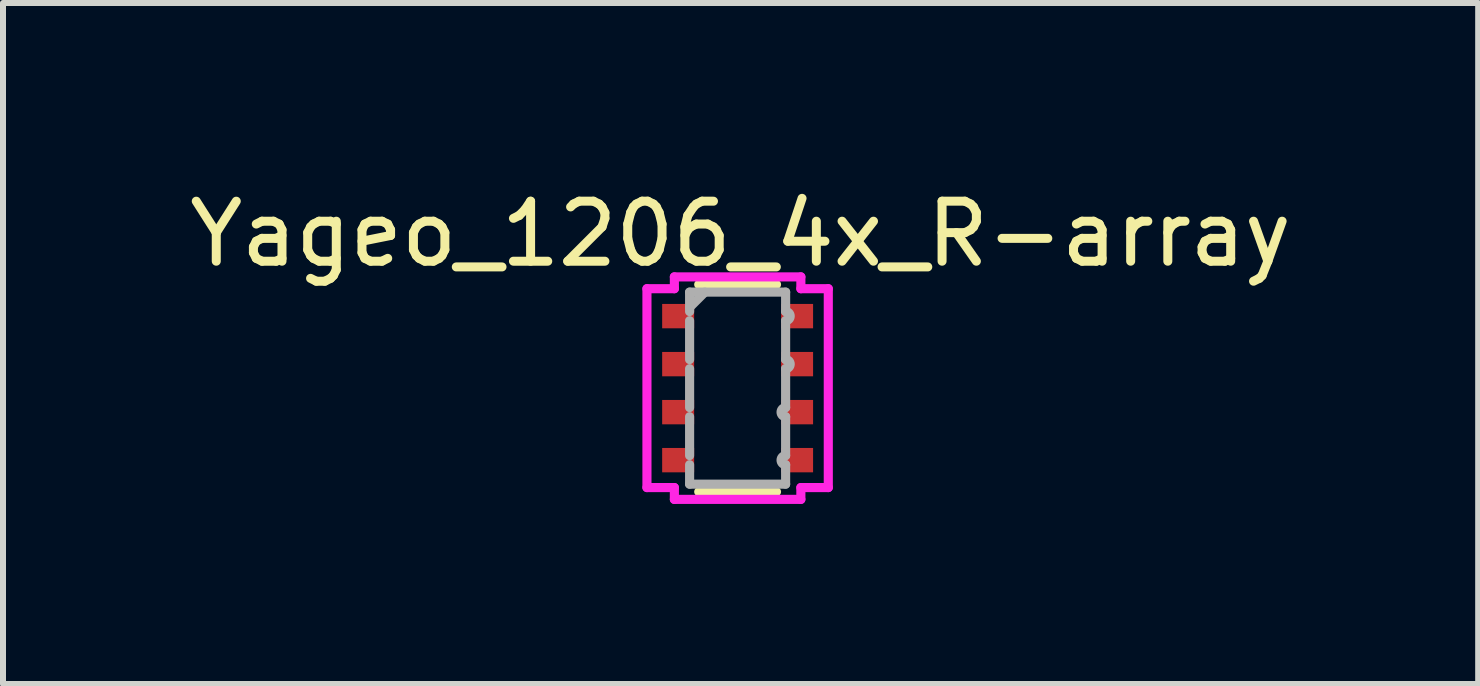
<source format=kicad_pcb>
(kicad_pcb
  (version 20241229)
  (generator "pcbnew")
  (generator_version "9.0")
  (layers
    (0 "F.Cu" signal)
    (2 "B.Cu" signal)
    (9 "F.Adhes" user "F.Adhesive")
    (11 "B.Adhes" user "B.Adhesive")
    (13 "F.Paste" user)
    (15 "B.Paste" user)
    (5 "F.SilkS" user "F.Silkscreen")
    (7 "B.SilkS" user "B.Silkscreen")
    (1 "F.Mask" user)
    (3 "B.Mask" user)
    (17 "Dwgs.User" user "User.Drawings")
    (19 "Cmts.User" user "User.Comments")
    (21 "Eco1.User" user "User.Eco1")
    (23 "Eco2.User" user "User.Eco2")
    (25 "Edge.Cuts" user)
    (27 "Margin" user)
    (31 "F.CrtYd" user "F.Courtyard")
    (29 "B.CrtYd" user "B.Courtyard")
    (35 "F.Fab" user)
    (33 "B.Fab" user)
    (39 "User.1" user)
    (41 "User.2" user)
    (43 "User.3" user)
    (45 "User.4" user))
  (footprint "Yageo_1206_4x_R-array"
    (layer "F.Cu")
    (at 9.242 3.418)
    (property "Reference" "Yageo_1206_4x_R-array" (at 0.05 -2.57 0) (layer "F.SilkS") (effects (font (size 1 1) (thickness 0.15))))
    (attr through_hole)
    (fp_line (start -0.648 -1.727) (end 0.648 -1.727) (stroke (width 0.152) (type solid)) (layer "F.SilkS"))
    (fp_line (start -0.648 1.727) (end 0.648 1.727) (stroke (width 0.152) (type solid)) (layer "F.SilkS"))
    (fp_line (start -1.511 -1.657) (end -1.054 -1.657) (stroke (width 0.152) (type solid)) (layer "F.CrtYd"))
    (fp_line (start -1.511 1.657) (end -1.511 -1.657) (stroke (width 0.152) (type solid)) (layer "F.CrtYd"))
    (fp_line (start -1.054 -1.854) (end 1.054 -1.854) (stroke (width 0.152) (type solid)) (layer "F.CrtYd"))
    (fp_line (start -1.054 -1.657) (end -1.054 -1.854) (stroke (width 0.152) (type solid)) (layer "F.CrtYd"))
    (fp_line (start -1.054 1.657) (end -1.511 1.657) (stroke (width 0.152) (type solid)) (layer "F.CrtYd"))
    (fp_line (start -1.054 1.854) (end -1.054 1.657) (stroke (width 0.152) (type solid)) (layer "F.CrtYd"))
    (fp_line (start 1.054 -1.854) (end 1.054 -1.657) (stroke (width 0.152) (type solid)) (layer "F.CrtYd"))
    (fp_line (start 1.054 -1.657) (end 1.511 -1.657) (stroke (width 0.152) (type solid)) (layer "F.CrtYd"))
    (fp_line (start 1.054 1.657) (end 1.054 1.854) (stroke (width 0.152) (type solid)) (layer "F.CrtYd"))
    (fp_line (start 1.054 1.854) (end -1.054 1.854) (stroke (width 0.152) (type solid)) (layer "F.CrtYd"))
    (fp_line (start 1.511 -1.657) (end 1.511 1.657) (stroke (width 0.152) (type solid)) (layer "F.CrtYd"))
    (fp_line (start 1.511 1.657) (end 1.054 1.657) (stroke (width 0.152) (type solid)) (layer "F.CrtYd"))
    (fp_line (start -0.8 -1.6) (end 0.8 -1.6) (stroke (width 0.152) (type solid)) (layer "F.Fab"))
    (fp_line (start -0.8 -1.276) (end -0.8 -1.6) (stroke (width 0.152) (type solid)) (layer "F.Fab"))
    (fp_line (start -0.8 -1.124) (end -0.8 -0.476) (stroke (width 0.152) (type solid)) (layer "F.Fab"))
    (fp_line (start -0.8 -0.324) (end -0.8 0.324) (stroke (width 0.152) (type solid)) (layer "F.Fab"))
    (fp_line (start -0.8 0.476) (end -0.8 1.124) (stroke (width 0.152) (type solid)) (layer "F.Fab"))
    (fp_line (start -0.8 1.276) (end -0.8 1.6) (stroke (width 0.152) (type solid)) (layer "F.Fab"))
    (fp_line (start -0.8 1.6) (end 0.8 1.6) (stroke (width 0.152) (type solid)) (layer "F.Fab"))
    (fp_line (start -0.546 -1.6) (end -0.8 -1.346) (stroke (width 0.152) (type solid)) (layer "F.Fab"))
    (fp_line (start 0.8 -1.276) (end 0.8 -1.6) (stroke (width 0.152) (type solid)) (layer "F.Fab"))
    (fp_line (start 0.8 -1.124) (end 0.8 -0.476) (stroke (width 0.152) (type solid)) (layer "F.Fab"))
    (fp_line (start 0.8 -0.324) (end 0.8 0.324) (stroke (width 0.152) (type solid)) (layer "F.Fab"))
    (fp_line (start 0.8 0.476) (end 0.8 1.124) (stroke (width 0.152) (type solid)) (layer "F.Fab"))
    (fp_line (start 0.8 1.276) (end 0.8 1.6) (stroke (width 0.152) (type solid)) (layer "F.Fab"))
    (fp_arc (start 0.8001 -1.2762) (mid 0.8763 -1.2) (end 0.8001 -1.1238) (stroke (width 0.1524) (type solid)) (layer "F.Fab"))
    (fp_arc (start 0.8001 -0.476199) (mid 0.8763 -0.399999) (end 0.8001 -0.323799) (stroke (width 0.1524) (type solid)) (layer "F.Fab"))
    (fp_arc (start 0.8001 0.476199) (mid 0.7239 0.399999) (end 0.8001 0.323799) (stroke (width 0.1524) (type solid)) (layer "F.Fab"))
    (fp_arc (start 0.8001 1.2762) (mid 0.7239 1.2) (end 0.8001 1.1238) (stroke (width 0.1524) (type solid)) (layer "F.Fab"))
    (pad "1" smd rect (at -0.991 -1.2) (size 0.533 0.406) (layers "F.Cu" "F.Mask" "F.Paste"))
    (pad "2" smd rect (at -0.991 -0.4) (size 0.533 0.406) (layers "F.Cu" "F.Mask" "F.Paste"))
    (pad "3" smd rect (at -0.991 0.4) (size 0.533 0.406) (layers "F.Cu" "F.Mask" "F.Paste"))
    (pad "4" smd rect (at -0.991 1.2) (size 0.533 0.406) (layers "F.Cu" "F.Mask" "F.Paste"))
    (pad "5" smd rect (at 0.991 1.2) (size 0.533 0.406) (layers "F.Cu" "F.Mask" "F.Paste"))
    (pad "6" smd rect (at 0.991 0.4) (size 0.533 0.406) (layers "F.Cu" "F.Mask" "F.Paste"))
    (pad "7" smd rect (at 0.991 -0.4) (size 0.533 0.406) (layers "F.Cu" "F.Mask" "F.Paste"))
    (pad "8" smd rect (at 0.991 -1.2) (size 0.533 0.406) (layers "F.Cu" "F.Mask" "F.Paste")))
  (gr_rect
    (start -3 -3)
    (end 21.583 8.349)
    (stroke (width 0.1) (type default))
    (fill no)
    (layer "Edge.Cuts")))
</source>
